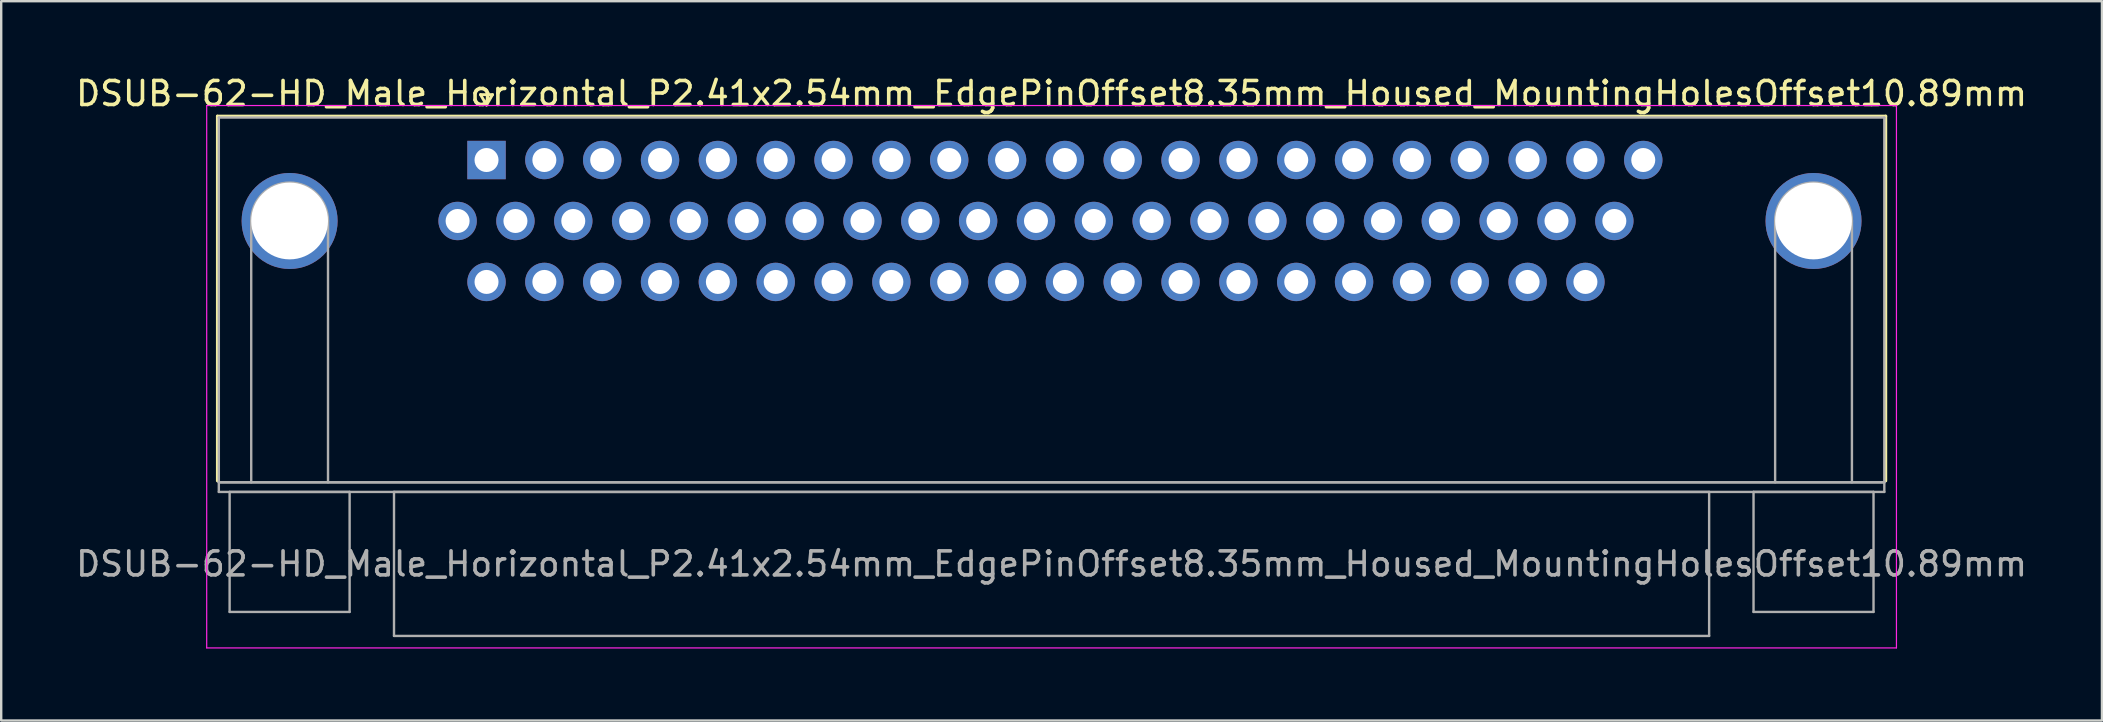
<source format=kicad_pcb>
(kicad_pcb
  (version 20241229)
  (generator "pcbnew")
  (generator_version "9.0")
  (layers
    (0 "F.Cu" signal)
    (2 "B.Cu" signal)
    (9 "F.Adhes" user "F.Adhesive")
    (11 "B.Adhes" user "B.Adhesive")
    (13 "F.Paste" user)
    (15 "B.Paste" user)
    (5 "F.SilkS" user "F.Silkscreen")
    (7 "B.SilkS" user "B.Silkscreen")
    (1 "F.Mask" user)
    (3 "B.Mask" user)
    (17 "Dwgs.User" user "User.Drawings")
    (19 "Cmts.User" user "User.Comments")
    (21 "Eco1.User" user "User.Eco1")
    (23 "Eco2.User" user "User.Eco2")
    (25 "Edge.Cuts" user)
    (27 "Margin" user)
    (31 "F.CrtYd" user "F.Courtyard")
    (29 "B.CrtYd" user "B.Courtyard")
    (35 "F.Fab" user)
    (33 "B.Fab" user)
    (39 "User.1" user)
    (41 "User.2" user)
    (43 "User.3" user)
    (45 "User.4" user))
  (footprint "DSUB-62-HD_Male_Horizontal_P2.41x2.54mm_EdgePinOffset8.35mm_Housed_MountingHolesOffset10.89mm"
    (layer "F.Cu")
    (at 17.223 3.618)
    (property "Reference" "DSUB-62-HD_Male_Horizontal_P2.41x2.54mm_EdgePinOffset8.35mm_Housed_MountingHolesOffset10.89mm" (at 23.545 -2.77 0) (layer "F.SilkS") (effects (font (size 1 1) (thickness 0.15))))
    (attr through_hole)
    (fp_line (start -11.215 -1.83) (end 58.305 -1.83) (stroke (width 0.12) (type solid)) (layer "F.SilkS"))
    (fp_line (start -11.215 13.37) (end -11.215 -1.83) (stroke (width 0.12) (type solid)) (layer "F.SilkS"))
    (fp_line (start -0.25 -2.724) (end 0.25 -2.724) (stroke (width 0.12) (type solid)) (layer "F.SilkS"))
    (fp_line (start 0 -2.291) (end -0.25 -2.724) (stroke (width 0.12) (type solid)) (layer "F.SilkS"))
    (fp_line (start 0.25 -2.724) (end 0 -2.291) (stroke (width 0.12) (type solid)) (layer "F.SilkS"))
    (fp_line (start 58.305 -1.83) (end 58.305 13.37) (stroke (width 0.12) (type solid)) (layer "F.SilkS"))
    (fp_line (start -11.66 -2.27) (end -11.66 20.33) (stroke (width 0.05) (type solid)) (layer "F.CrtYd"))
    (fp_line (start -11.66 20.33) (end 58.75 20.33) (stroke (width 0.05) (type solid)) (layer "F.CrtYd"))
    (fp_line (start 58.75 -2.27) (end -11.66 -2.27) (stroke (width 0.05) (type solid)) (layer "F.CrtYd"))
    (fp_line (start 58.75 20.33) (end 58.75 -2.27) (stroke (width 0.05) (type solid)) (layer "F.CrtYd"))
    (fp_line (start -11.155 -1.77) (end -11.155 13.43) (stroke (width 0.1) (type solid)) (layer "F.Fab"))
    (fp_line (start -11.155 13.43) (end -11.155 13.83) (stroke (width 0.1) (type solid)) (layer "F.Fab"))
    (fp_line (start -11.155 13.43) (end 58.245 13.43) (stroke (width 0.1) (type solid)) (layer "F.Fab"))
    (fp_line (start -11.155 13.83) (end 58.245 13.83) (stroke (width 0.1) (type solid)) (layer "F.Fab"))
    (fp_line (start -10.705 13.83) (end -10.705 18.83) (stroke (width 0.1) (type solid)) (layer "F.Fab"))
    (fp_line (start -10.705 18.83) (end -5.705 18.83) (stroke (width 0.1) (type solid)) (layer "F.Fab"))
    (fp_line (start -9.805 13.43) (end -9.805 2.54) (stroke (width 0.1) (type solid)) (layer "F.Fab"))
    (fp_line (start -6.605 13.43) (end -6.605 2.54) (stroke (width 0.1) (type solid)) (layer "F.Fab"))
    (fp_line (start -5.705 13.83) (end -10.705 13.83) (stroke (width 0.1) (type solid)) (layer "F.Fab"))
    (fp_line (start -5.705 18.83) (end -5.705 13.83) (stroke (width 0.1) (type solid)) (layer "F.Fab"))
    (fp_line (start -3.855 13.83) (end -3.855 19.83) (stroke (width 0.1) (type solid)) (layer "F.Fab"))
    (fp_line (start -3.855 19.83) (end 50.945 19.83) (stroke (width 0.1) (type solid)) (layer "F.Fab"))
    (fp_line (start 50.945 13.83) (end -3.855 13.83) (stroke (width 0.1) (type solid)) (layer "F.Fab"))
    (fp_line (start 50.945 19.83) (end 50.945 13.83) (stroke (width 0.1) (type solid)) (layer "F.Fab"))
    (fp_line (start 52.795 13.83) (end 52.795 18.83) (stroke (width 0.1) (type solid)) (layer "F.Fab"))
    (fp_line (start 52.795 18.83) (end 57.795 18.83) (stroke (width 0.1) (type solid)) (layer "F.Fab"))
    (fp_line (start 53.695 13.43) (end 53.695 2.54) (stroke (width 0.1) (type solid)) (layer "F.Fab"))
    (fp_line (start 56.895 13.43) (end 56.895 2.54) (stroke (width 0.1) (type solid)) (layer "F.Fab"))
    (fp_line (start 57.795 13.83) (end 52.795 13.83) (stroke (width 0.1) (type solid)) (layer "F.Fab"))
    (fp_line (start 57.795 18.83) (end 57.795 13.83) (stroke (width 0.1) (type solid)) (layer "F.Fab"))
    (fp_line (start 58.245 -1.77) (end -11.155 -1.77) (stroke (width 0.1) (type solid)) (layer "F.Fab"))
    (fp_line (start 58.245 13.43) (end -11.155 13.43) (stroke (width 0.1) (type solid)) (layer "F.Fab"))
    (fp_line (start 58.245 13.43) (end 58.245 -1.77) (stroke (width 0.1) (type solid)) (layer "F.Fab"))
    (fp_line (start 58.245 13.83) (end 58.245 13.43) (stroke (width 0.1) (type solid)) (layer "F.Fab"))
    (fp_arc (start -9.805 2.54) (mid -8.205 0.94) (end -6.605 2.54) (stroke (width 0.1) (type solid)) (layer "F.Fab"))
    (fp_arc (start 53.695 2.54) (mid 55.295 0.94) (end 56.895 2.54) (stroke (width 0.1) (type solid)) (layer "F.Fab"))
    (fp_text user "${REFERENCE}" (at 23.545 16.83 0) (layer "F.Fab") (effects (font (size 1 1) (thickness 0.15))))
    (pad "0" thru_hole circle (at -8.205 2.54) (size 4 4) (drill 3.2) (layers "*.Cu" "*.Mask"))
    (pad "0" thru_hole circle (at 55.295 2.54) (size 4 4) (drill 3.2) (layers "*.Cu" "*.Mask"))
    (pad "1" thru_hole rect (at 0 0) (size 1.6 1.6) (drill 1) (layers "*.Cu" "*.Mask"))
    (pad "2" thru_hole circle (at 2.41 0) (size 1.6 1.6) (drill 1) (layers "*.Cu" "*.Mask"))
    (pad "3" thru_hole circle (at 4.82 0) (size 1.6 1.6) (drill 1) (layers "*.Cu" "*.Mask"))
    (pad "4" thru_hole circle (at 7.23 0) (size 1.6 1.6) (drill 1) (layers "*.Cu" "*.Mask"))
    (pad "5" thru_hole circle (at 9.64 0) (size 1.6 1.6) (drill 1) (layers "*.Cu" "*.Mask"))
    (pad "6" thru_hole circle (at 12.05 0) (size 1.6 1.6) (drill 1) (layers "*.Cu" "*.Mask"))
    (pad "7" thru_hole circle (at 14.46 0) (size 1.6 1.6) (drill 1) (layers "*.Cu" "*.Mask"))
    (pad "8" thru_hole circle (at 16.87 0) (size 1.6 1.6) (drill 1) (layers "*.Cu" "*.Mask"))
    (pad "9" thru_hole circle (at 19.28 0) (size 1.6 1.6) (drill 1) (layers "*.Cu" "*.Mask"))
    (pad "10" thru_hole circle (at 21.69 0) (size 1.6 1.6) (drill 1) (layers "*.Cu" "*.Mask"))
    (pad "11" thru_hole circle (at 24.1 0) (size 1.6 1.6) (drill 1) (layers "*.Cu" "*.Mask"))
    (pad "12" thru_hole circle (at 26.51 0) (size 1.6 1.6) (drill 1) (layers "*.Cu" "*.Mask"))
    (pad "13" thru_hole circle (at 28.92 0) (size 1.6 1.6) (drill 1) (layers "*.Cu" "*.Mask"))
    (pad "14" thru_hole circle (at 31.33 0) (size 1.6 1.6) (drill 1) (layers "*.Cu" "*.Mask"))
    (pad "15" thru_hole circle (at 33.74 0) (size 1.6 1.6) (drill 1) (layers "*.Cu" "*.Mask"))
    (pad "16" thru_hole circle (at 36.15 0) (size 1.6 1.6) (drill 1) (layers "*.Cu" "*.Mask"))
    (pad "17" thru_hole circle (at 38.56 0) (size 1.6 1.6) (drill 1) (layers "*.Cu" "*.Mask"))
    (pad "18" thru_hole circle (at 40.97 0) (size 1.6 1.6) (drill 1) (layers "*.Cu" "*.Mask"))
    (pad "19" thru_hole circle (at 43.38 0) (size 1.6 1.6) (drill 1) (layers "*.Cu" "*.Mask"))
    (pad "20" thru_hole circle (at 45.79 0) (size 1.6 1.6) (drill 1) (layers "*.Cu" "*.Mask"))
    (pad "21" thru_hole circle (at 48.2 0) (size 1.6 1.6) (drill 1) (layers "*.Cu" "*.Mask"))
    (pad "22" thru_hole circle (at -1.205 2.54) (size 1.6 1.6) (drill 1) (layers "*.Cu" "*.Mask"))
    (pad "23" thru_hole circle (at 1.205 2.54) (size 1.6 1.6) (drill 1) (layers "*.Cu" "*.Mask"))
    (pad "24" thru_hole circle (at 3.615 2.54) (size 1.6 1.6) (drill 1) (layers "*.Cu" "*.Mask"))
    (pad "25" thru_hole circle (at 6.025 2.54) (size 1.6 1.6) (drill 1) (layers "*.Cu" "*.Mask"))
    (pad "26" thru_hole circle (at 8.435 2.54) (size 1.6 1.6) (drill 1) (layers "*.Cu" "*.Mask"))
    (pad "27" thru_hole circle (at 10.845 2.54) (size 1.6 1.6) (drill 1) (layers "*.Cu" "*.Mask"))
    (pad "28" thru_hole circle (at 13.255 2.54) (size 1.6 1.6) (drill 1) (layers "*.Cu" "*.Mask"))
    (pad "29" thru_hole circle (at 15.665 2.54) (size 1.6 1.6) (drill 1) (layers "*.Cu" "*.Mask"))
    (pad "30" thru_hole circle (at 18.075 2.54) (size 1.6 1.6) (drill 1) (layers "*.Cu" "*.Mask"))
    (pad "31" thru_hole circle (at 20.485 2.54) (size 1.6 1.6) (drill 1) (layers "*.Cu" "*.Mask"))
    (pad "32" thru_hole circle (at 22.895 2.54) (size 1.6 1.6) (drill 1) (layers "*.Cu" "*.Mask"))
    (pad "33" thru_hole circle (at 25.305 2.54) (size 1.6 1.6) (drill 1) (layers "*.Cu" "*.Mask"))
    (pad "34" thru_hole circle (at 27.715 2.54) (size 1.6 1.6) (drill 1) (layers "*.Cu" "*.Mask"))
    (pad "35" thru_hole circle (at 30.125 2.54) (size 1.6 1.6) (drill 1) (layers "*.Cu" "*.Mask"))
    (pad "36" thru_hole circle (at 32.535 2.54) (size 1.6 1.6) (drill 1) (layers "*.Cu" "*.Mask"))
    (pad "37" thru_hole circle (at 34.945 2.54) (size 1.6 1.6) (drill 1) (layers "*.Cu" "*.Mask"))
    (pad "38" thru_hole circle (at 37.355 2.54) (size 1.6 1.6) (drill 1) (layers "*.Cu" "*.Mask"))
    (pad "39" thru_hole circle (at 39.765 2.54) (size 1.6 1.6) (drill 1) (layers "*.Cu" "*.Mask"))
    (pad "40" thru_hole circle (at 42.175 2.54) (size 1.6 1.6) (drill 1) (layers "*.Cu" "*.Mask"))
    (pad "41" thru_hole circle (at 44.585 2.54) (size 1.6 1.6) (drill 1) (layers "*.Cu" "*.Mask"))
    (pad "42" thru_hole circle (at 46.995 2.54) (size 1.6 1.6) (drill 1) (layers "*.Cu" "*.Mask"))
    (pad "43" thru_hole circle (at 0 5.08) (size 1.6 1.6) (drill 1) (layers "*.Cu" "*.Mask"))
    (pad "44" thru_hole circle (at 2.41 5.08) (size 1.6 1.6) (drill 1) (layers "*.Cu" "*.Mask"))
    (pad "45" thru_hole circle (at 4.82 5.08) (size 1.6 1.6) (drill 1) (layers "*.Cu" "*.Mask"))
    (pad "46" thru_hole circle (at 7.23 5.08) (size 1.6 1.6) (drill 1) (layers "*.Cu" "*.Mask"))
    (pad "47" thru_hole circle (at 9.64 5.08) (size 1.6 1.6) (drill 1) (layers "*.Cu" "*.Mask"))
    (pad "48" thru_hole circle (at 12.05 5.08) (size 1.6 1.6) (drill 1) (layers "*.Cu" "*.Mask"))
    (pad "49" thru_hole circle (at 14.46 5.08) (size 1.6 1.6) (drill 1) (layers "*.Cu" "*.Mask"))
    (pad "50" thru_hole circle (at 16.87 5.08) (size 1.6 1.6) (drill 1) (layers "*.Cu" "*.Mask"))
    (pad "51" thru_hole circle (at 19.28 5.08) (size 1.6 1.6) (drill 1) (layers "*.Cu" "*.Mask"))
    (pad "52" thru_hole circle (at 21.69 5.08) (size 1.6 1.6) (drill 1) (layers "*.Cu" "*.Mask"))
    (pad "53" thru_hole circle (at 24.1 5.08) (size 1.6 1.6) (drill 1) (layers "*.Cu" "*.Mask"))
    (pad "54" thru_hole circle (at 26.51 5.08) (size 1.6 1.6) (drill 1) (layers "*.Cu" "*.Mask"))
    (pad "55" thru_hole circle (at 28.92 5.08) (size 1.6 1.6) (drill 1) (layers "*.Cu" "*.Mask"))
    (pad "56" thru_hole circle (at 31.33 5.08) (size 1.6 1.6) (drill 1) (layers "*.Cu" "*.Mask"))
    (pad "57" thru_hole circle (at 33.74 5.08) (size 1.6 1.6) (drill 1) (layers "*.Cu" "*.Mask"))
    (pad "58" thru_hole circle (at 36.15 5.08) (size 1.6 1.6) (drill 1) (layers "*.Cu" "*.Mask"))
    (pad "59" thru_hole circle (at 38.56 5.08) (size 1.6 1.6) (drill 1) (layers "*.Cu" "*.Mask"))
    (pad "60" thru_hole circle (at 40.97 5.08) (size 1.6 1.6) (drill 1) (layers "*.Cu" "*.Mask"))
    (pad "61" thru_hole circle (at 43.38 5.08) (size 1.6 1.6) (drill 1) (layers "*.Cu" "*.Mask"))
    (pad "62" thru_hole circle (at 45.79 5.08) (size 1.6 1.6) (drill 1) (layers "*.Cu" "*.Mask")))
  (gr_rect
    (start -3 -3)
    (end 84.536 26.973)
    (stroke (width 0.1) (type default))
    (fill no)
    (layer "Edge.Cuts")))
</source>
